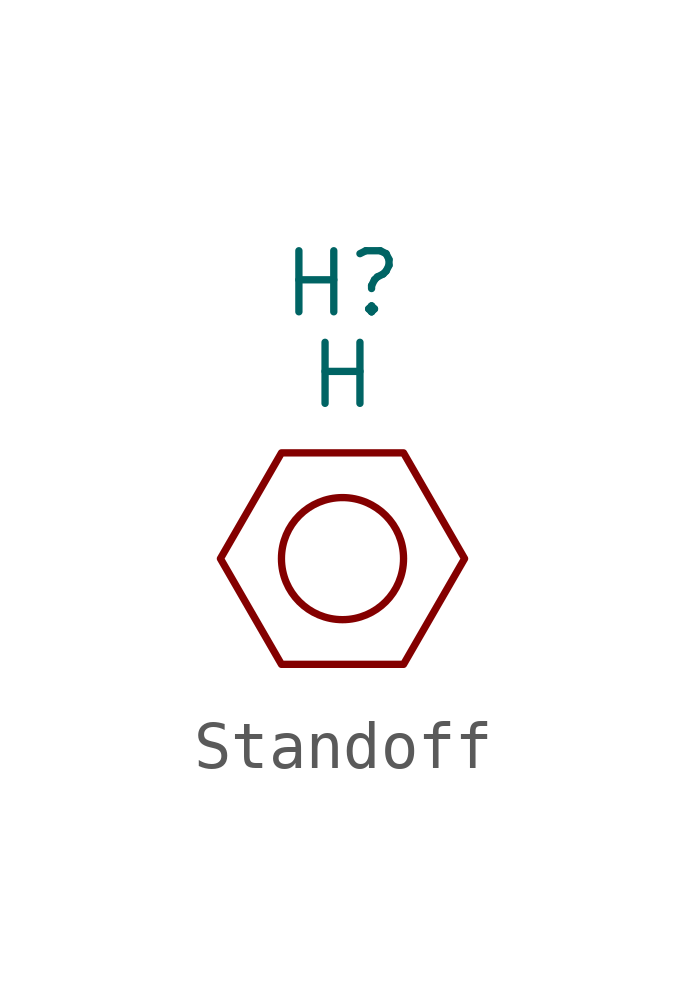
<source format=kicad_sym>
(kicad_symbol_lib
  (version 20220914)
  (generator kicad_symbol_editor)
  (symbol "Standoff"
    (property "Reference" "H"
      (at 0 5.715 0)
      (effects (font (size 1.27 1.27))))
    (property "Value" "H"
      (at 0 3.81 0)
      (effects (font (size 1.27 1.27))))
    (symbol "Standoff_0_1"
      (polyline (pts (xy 2.54 0) (xy 1.27 2.2) (xy -1.27 2.2) (xy -2.54 0) (xy -1.27 -2.2) (xy 1.27 -2.2) (xy 2.54 0)) (stroke (width 0) (type default)) (fill (type none)))
      (circle (center 0 0) (radius 1.27) (stroke (width 0) (type default)) (fill (type none))))))
</source>
